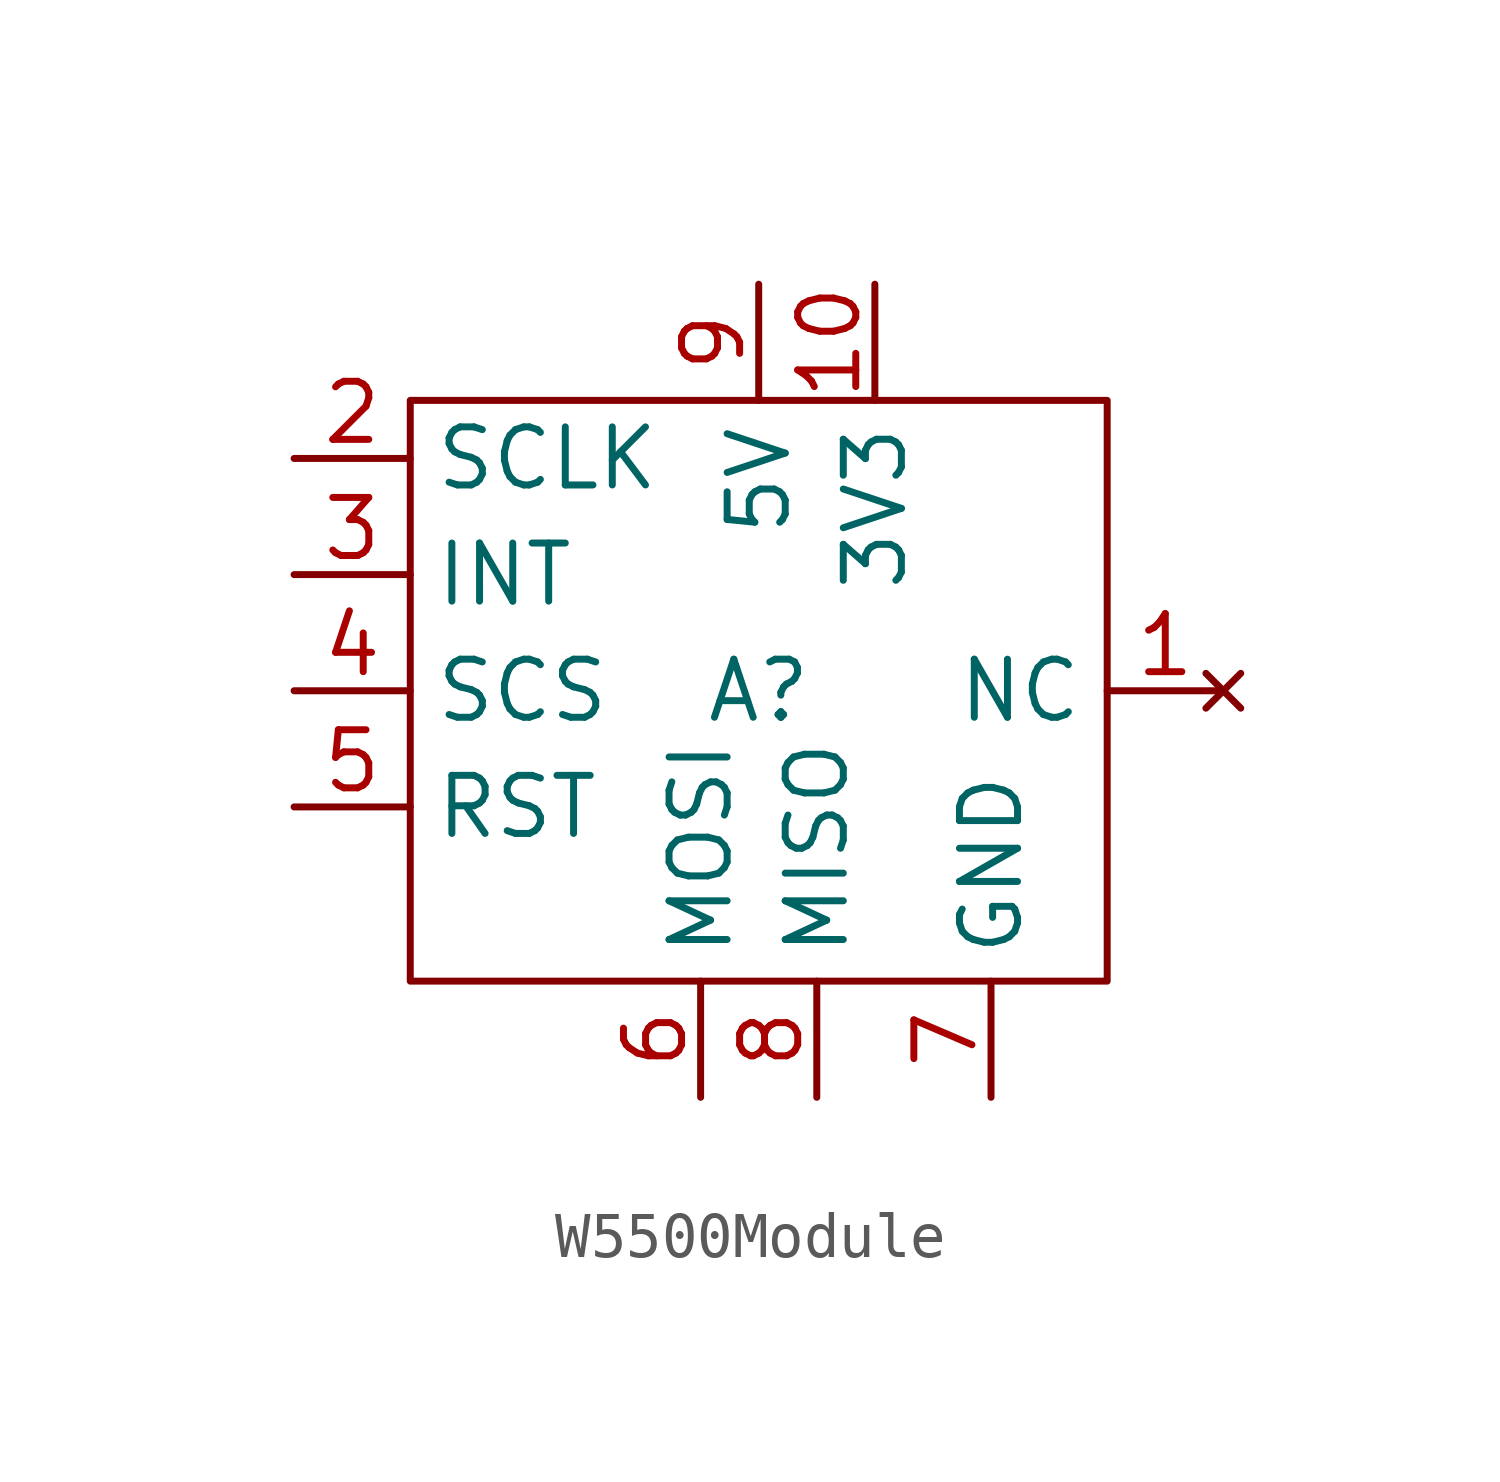
<source format=kicad_sym>
(kicad_symbol_lib
  (version 20231120)
  (generator "kicad_symbol_editor")
  (generator_version "8.0")
  (symbol "W5500Module"
    (property "Reference" "A"
      (at 0 0 0)
      (effects (font (size 1.27 1.27))))
    (property "Value" ""
      (at 0 0 0)
      (effects (font (size 1.27 1.27))))
    (symbol "W5500Module_1_1"
      (rectangle (start -7.62 6.35) (end 7.62 -6.35) (stroke (width 0) (type default)) (fill (type none)))
      (pin no_connect line (at 10.16 0 180) (length 2.54) (name "NC" (effects (font (size 1.27 1.27)))) (number "1" (effects (font (size 1.27 1.27)))))
      (pin power_in line (at 2.54 8.89 270) (length 2.54) (name "3V3" (effects (font (size 1.27 1.27)))) (number "10" (effects (font (size 1.27 1.27)))))
      (pin input line (at -10.16 5.08 0) (length 2.54) (name "SCLK" (effects (font (size 1.27 1.27)))) (number "2" (effects (font (size 1.27 1.27)))))
      (pin output line (at -10.16 2.54 0) (length 2.54) (name "INT" (effects (font (size 1.27 1.27)))) (number "3" (effects (font (size 1.27 1.27)))))
      (pin input line (at -10.16 0 0) (length 2.54) (name "SCS" (effects (font (size 1.27 1.27)))) (number "4" (effects (font (size 1.27 1.27)))))
      (pin input line (at -10.16 -2.54 0) (length 2.54) (name "RST" (effects (font (size 1.27 1.27)))) (number "5" (effects (font (size 1.27 1.27)))))
      (pin input line (at -1.27 -8.89 90) (length 2.54) (name "MOSI" (effects (font (size 1.27 1.27)))) (number "6" (effects (font (size 1.27 1.27)))))
      (pin power_in line (at 5.08 -8.89 90) (length 2.54) (name "GND" (effects (font (size 1.27 1.27)))) (number "7" (effects (font (size 1.27 1.27)))))
      (pin output line (at 1.27 -8.89 90) (length 2.54) (name "MISO" (effects (font (size 1.27 1.27)))) (number "8" (effects (font (size 1.27 1.27)))))
      (pin power_in line (at 0 8.89 270) (length 2.54) (name "5V" (effects (font (size 1.27 1.27)))) (number "9" (effects (font (size 1.27 1.27))))))))
</source>
